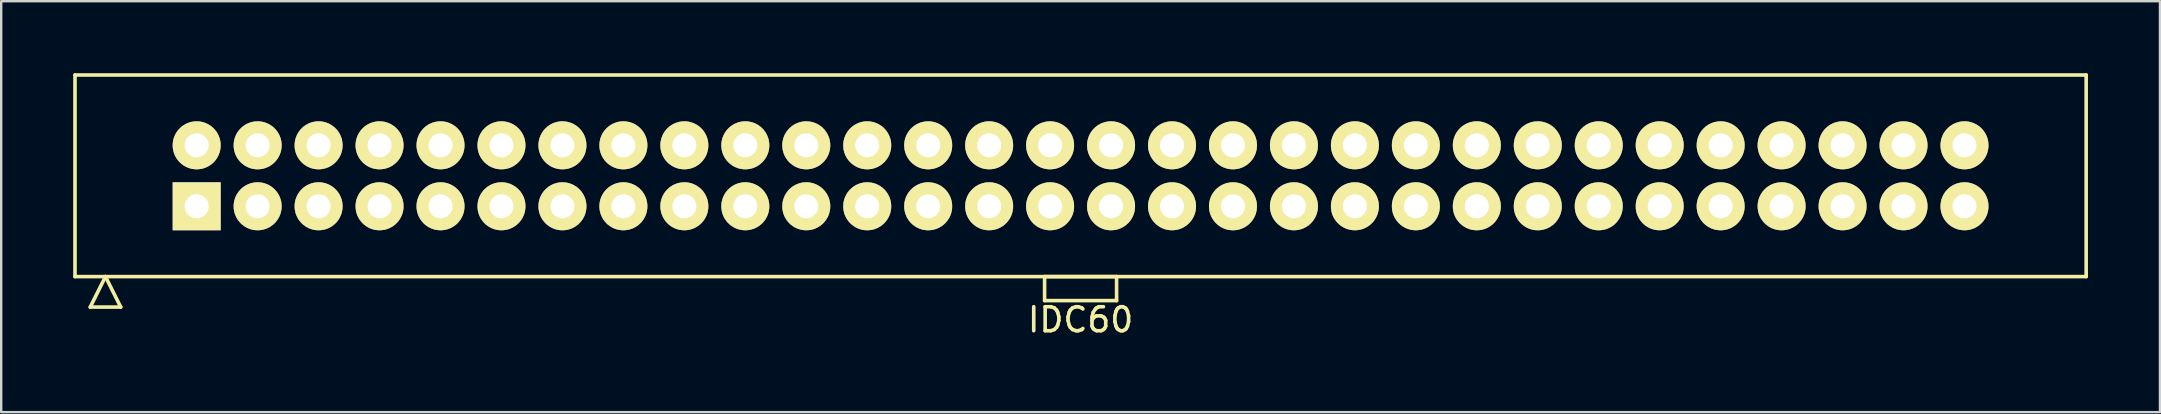
<source format=kicad_pcb>
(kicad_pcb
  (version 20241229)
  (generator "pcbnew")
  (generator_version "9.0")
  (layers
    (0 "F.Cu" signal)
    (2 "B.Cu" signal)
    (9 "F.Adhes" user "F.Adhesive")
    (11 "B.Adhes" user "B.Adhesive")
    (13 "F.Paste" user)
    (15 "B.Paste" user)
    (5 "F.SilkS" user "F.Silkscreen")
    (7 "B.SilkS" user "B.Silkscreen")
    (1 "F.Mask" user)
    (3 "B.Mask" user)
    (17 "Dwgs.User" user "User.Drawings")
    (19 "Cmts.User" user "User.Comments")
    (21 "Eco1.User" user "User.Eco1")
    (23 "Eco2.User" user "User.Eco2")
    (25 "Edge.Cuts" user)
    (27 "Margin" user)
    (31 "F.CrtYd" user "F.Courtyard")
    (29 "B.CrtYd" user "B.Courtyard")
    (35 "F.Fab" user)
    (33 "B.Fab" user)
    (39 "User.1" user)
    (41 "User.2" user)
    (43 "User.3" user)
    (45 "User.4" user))
  (footprint "IDC60"
    (layer "F.Cu")
    (at 41.975 4.275)
    (property "Reference" "IDC60" (at 0 6 0) (layer "F.SilkS") (effects (font (size 1 1) (thickness 0.15))))
    (attr through_hole)
    (fp_line (start -41.9 -4.2) (end -41.9 4.2) (stroke (width 0.15) (type solid)) (layer "F.SilkS"))
    (fp_line (start -41.9 4.2) (end 41.9 4.2) (stroke (width 0.15) (type solid)) (layer "F.SilkS"))
    (fp_line (start -41.265 5.47) (end -40.63 4.2) (stroke (width 0.15) (type solid)) (layer "F.SilkS"))
    (fp_line (start -41.265 5.47) (end -39.995 5.47) (stroke (width 0.15) (type solid)) (layer "F.SilkS"))
    (fp_line (start -39.995 5.47) (end -40.63 4.2) (stroke (width 0.15) (type solid)) (layer "F.SilkS"))
    (fp_line (start -1.5 4.2) (end -1.5 5.2) (stroke (width 0.15) (type solid)) (layer "F.SilkS"))
    (fp_line (start -1.5 5.2) (end 1.5 5.2) (stroke (width 0.15) (type solid)) (layer "F.SilkS"))
    (fp_line (start 1.5 4.2) (end -1.5 4.2) (stroke (width 0.15) (type solid)) (layer "F.SilkS"))
    (fp_line (start 1.5 5.2) (end 1.5 4.2) (stroke (width 0.15) (type solid)) (layer "F.SilkS"))
    (fp_line (start 41.9 -4.2) (end -41.9 -4.2) (stroke (width 0.15) (type solid)) (layer "F.SilkS"))
    (fp_line (start 41.9 4.2) (end 41.9 -4.2) (stroke (width 0.15) (type solid)) (layer "F.SilkS"))
    (pad "1" thru_hole rect (at -36.83 1.27) (size 2 2) (drill 1) (layers "*.Cu" "*.Mask" "F.SilkS"))
    (pad "2" thru_hole circle (at -36.83 -1.27) (size 2 2) (drill 1) (layers "*.Cu" "*.Mask" "F.SilkS"))
    (pad "3" thru_hole circle (at -34.29 1.27) (size 2 2) (drill 1) (layers "*.Cu" "*.Mask" "F.SilkS"))
    (pad "4" thru_hole circle (at -34.29 -1.27) (size 2 2) (drill 1) (layers "*.Cu" "*.Mask" "F.SilkS"))
    (pad "5" thru_hole circle (at -31.75 1.27) (size 2 2) (drill 1) (layers "*.Cu" "*.Mask" "F.SilkS"))
    (pad "6" thru_hole circle (at -31.75 -1.27) (size 2 2) (drill 1) (layers "*.Cu" "*.Mask" "F.SilkS"))
    (pad "7" thru_hole circle (at -29.21 1.27) (size 2 2) (drill 1) (layers "*.Cu" "*.Mask" "F.SilkS"))
    (pad "8" thru_hole circle (at -29.21 -1.27) (size 2 2) (drill 1) (layers "*.Cu" "*.Mask" "F.SilkS"))
    (pad "9" thru_hole circle (at -26.67 1.27) (size 2 2) (drill 1) (layers "*.Cu" "*.Mask" "F.SilkS"))
    (pad "10" thru_hole circle (at -26.67 -1.27) (size 2 2) (drill 1) (layers "*.Cu" "*.Mask" "F.SilkS"))
    (pad "11" thru_hole circle (at -24.13 1.27) (size 2 2) (drill 1) (layers "*.Cu" "*.Mask" "F.SilkS"))
    (pad "12" thru_hole circle (at -24.13 -1.27) (size 2 2) (drill 1) (layers "*.Cu" "*.Mask" "F.SilkS"))
    (pad "13" thru_hole circle (at -21.59 1.27) (size 2 2) (drill 1) (layers "*.Cu" "*.Mask" "F.SilkS"))
    (pad "14" thru_hole circle (at -21.59 -1.27) (size 2 2) (drill 1) (layers "*.Cu" "*.Mask" "F.SilkS"))
    (pad "15" thru_hole circle (at -19.05 1.27) (size 2 2) (drill 1) (layers "*.Cu" "*.Mask" "F.SilkS"))
    (pad "16" thru_hole circle (at -19.05 -1.27) (size 2 2) (drill 1) (layers "*.Cu" "*.Mask" "F.SilkS"))
    (pad "17" thru_hole circle (at -16.51 1.27) (size 2 2) (drill 1) (layers "*.Cu" "*.Mask" "F.SilkS"))
    (pad "18" thru_hole circle (at -16.51 -1.27) (size 2 2) (drill 1) (layers "*.Cu" "*.Mask" "F.SilkS"))
    (pad "19" thru_hole circle (at -13.97 1.27) (size 2 2) (drill 1) (layers "*.Cu" "*.Mask" "F.SilkS"))
    (pad "20" thru_hole circle (at -13.97 -1.27) (size 2 2) (drill 1) (layers "*.Cu" "*.Mask" "F.SilkS"))
    (pad "21" thru_hole circle (at -11.43 1.27) (size 2 2) (drill 1) (layers "*.Cu" "*.Mask" "F.SilkS"))
    (pad "22" thru_hole circle (at -11.43 -1.27) (size 2 2) (drill 1) (layers "*.Cu" "*.Mask" "F.SilkS"))
    (pad "23" thru_hole circle (at -8.89 1.27) (size 2 2) (drill 1) (layers "*.Cu" "*.Mask" "F.SilkS"))
    (pad "24" thru_hole circle (at -8.89 -1.27) (size 2 2) (drill 1) (layers "*.Cu" "*.Mask" "F.SilkS"))
    (pad "25" thru_hole circle (at -6.35 1.27) (size 2 2) (drill 1) (layers "*.Cu" "*.Mask" "F.SilkS"))
    (pad "26" thru_hole circle (at -6.35 -1.27) (size 2 2) (drill 1) (layers "*.Cu" "*.Mask" "F.SilkS"))
    (pad "27" thru_hole circle (at -3.81 1.27) (size 2 2) (drill 1) (layers "*.Cu" "*.Mask" "F.SilkS"))
    (pad "28" thru_hole circle (at -3.81 -1.27) (size 2 2) (drill 1) (layers "*.Cu" "*.Mask" "F.SilkS"))
    (pad "29" thru_hole circle (at -1.27 1.27) (size 2 2) (drill 1) (layers "*.Cu" "*.Mask" "F.SilkS"))
    (pad "30" thru_hole circle (at -1.27 -1.27) (size 2 2) (drill 1) (layers "*.Cu" "*.Mask" "F.SilkS"))
    (pad "31" thru_hole circle (at 1.27 1.27) (size 2 2) (drill 1) (layers "*.Cu" "*.Mask" "F.SilkS"))
    (pad "32" thru_hole circle (at 1.27 -1.27) (size 2 2) (drill 1) (layers "*.Cu" "*.Mask" "F.SilkS"))
    (pad "33" thru_hole circle (at 3.81 1.27) (size 2 2) (drill 1) (layers "*.Cu" "*.Mask" "F.SilkS"))
    (pad "34" thru_hole circle (at 3.81 -1.27) (size 2 2) (drill 1) (layers "*.Cu" "*.Mask" "F.SilkS"))
    (pad "35" thru_hole circle (at 6.35 1.27) (size 2 2) (drill 1) (layers "*.Cu" "*.Mask" "F.SilkS"))
    (pad "36" thru_hole circle (at 6.35 -1.27) (size 2 2) (drill 1) (layers "*.Cu" "*.Mask" "F.SilkS"))
    (pad "37" thru_hole circle (at 8.89 1.27) (size 2 2) (drill 1) (layers "*.Cu" "*.Mask" "F.SilkS"))
    (pad "38" thru_hole circle (at 8.89 -1.27) (size 2 2) (drill 1) (layers "*.Cu" "*.Mask" "F.SilkS"))
    (pad "39" thru_hole circle (at 11.43 1.27) (size 2 2) (drill 1) (layers "*.Cu" "*.Mask" "F.SilkS"))
    (pad "40" thru_hole circle (at 11.43 -1.27) (size 2 2) (drill 1) (layers "*.Cu" "*.Mask" "F.SilkS"))
    (pad "41" thru_hole circle (at 13.97 1.27) (size 2 2) (drill 1) (layers "*.Cu" "*.Mask" "F.SilkS"))
    (pad "42" thru_hole circle (at 13.97 -1.27) (size 2 2) (drill 1) (layers "*.Cu" "*.Mask" "F.SilkS"))
    (pad "43" thru_hole circle (at 16.51 1.27) (size 2 2) (drill 1) (layers "*.Cu" "*.Mask" "F.SilkS"))
    (pad "44" thru_hole circle (at 16.51 -1.27) (size 2 2) (drill 1) (layers "*.Cu" "*.Mask" "F.SilkS"))
    (pad "45" thru_hole circle (at 19.05 1.27) (size 2 2) (drill 1) (layers "*.Cu" "*.Mask" "F.SilkS"))
    (pad "46" thru_hole circle (at 19.05 -1.27) (size 2 2) (drill 1) (layers "*.Cu" "*.Mask" "F.SilkS"))
    (pad "47" thru_hole circle (at 21.59 1.27) (size 2 2) (drill 1) (layers "*.Cu" "*.Mask" "F.SilkS"))
    (pad "48" thru_hole circle (at 21.59 -1.27) (size 2 2) (drill 1) (layers "*.Cu" "*.Mask" "F.SilkS"))
    (pad "49" thru_hole circle (at 24.13 1.27) (size 2 2) (drill 1) (layers "*.Cu" "*.Mask" "F.SilkS"))
    (pad "50" thru_hole circle (at 24.13 -1.27) (size 2 2) (drill 1) (layers "*.Cu" "*.Mask" "F.SilkS"))
    (pad "51" thru_hole circle (at 26.67 1.27) (size 2 2) (drill 1) (layers "*.Cu" "*.Mask" "F.SilkS"))
    (pad "52" thru_hole circle (at 26.67 -1.27) (size 2 2) (drill 1) (layers "*.Cu" "*.Mask" "F.SilkS"))
    (pad "53" thru_hole circle (at 29.21 1.27) (size 2 2) (drill 1) (layers "*.Cu" "*.Mask" "F.SilkS"))
    (pad "54" thru_hole circle (at 29.21 -1.27) (size 2 2) (drill 1) (layers "*.Cu" "*.Mask" "F.SilkS"))
    (pad "55" thru_hole circle (at 31.75 1.27) (size 2 2) (drill 1) (layers "*.Cu" "*.Mask" "F.SilkS"))
    (pad "56" thru_hole circle (at 31.75 -1.27) (size 2 2) (drill 1) (layers "*.Cu" "*.Mask" "F.SilkS"))
    (pad "57" thru_hole circle (at 34.29 1.27) (size 2 2) (drill 1) (layers "*.Cu" "*.Mask" "F.SilkS"))
    (pad "58" thru_hole circle (at 34.29 -1.27) (size 2 2) (drill 1) (layers "*.Cu" "*.Mask" "F.SilkS"))
    (pad "59" thru_hole circle (at 36.83 1.27) (size 2 2) (drill 1) (layers "*.Cu" "*.Mask" "F.SilkS"))
    (pad "60" thru_hole circle (at 36.83 -1.27) (size 2 2) (drill 1) (layers "*.Cu" "*.Mask" "F.SilkS")))
  (gr_rect
    (start -3 -3)
    (end 86.95 14.123)
    (stroke (width 0.1) (type default))
    (fill no)
    (layer "Edge.Cuts")))
</source>
